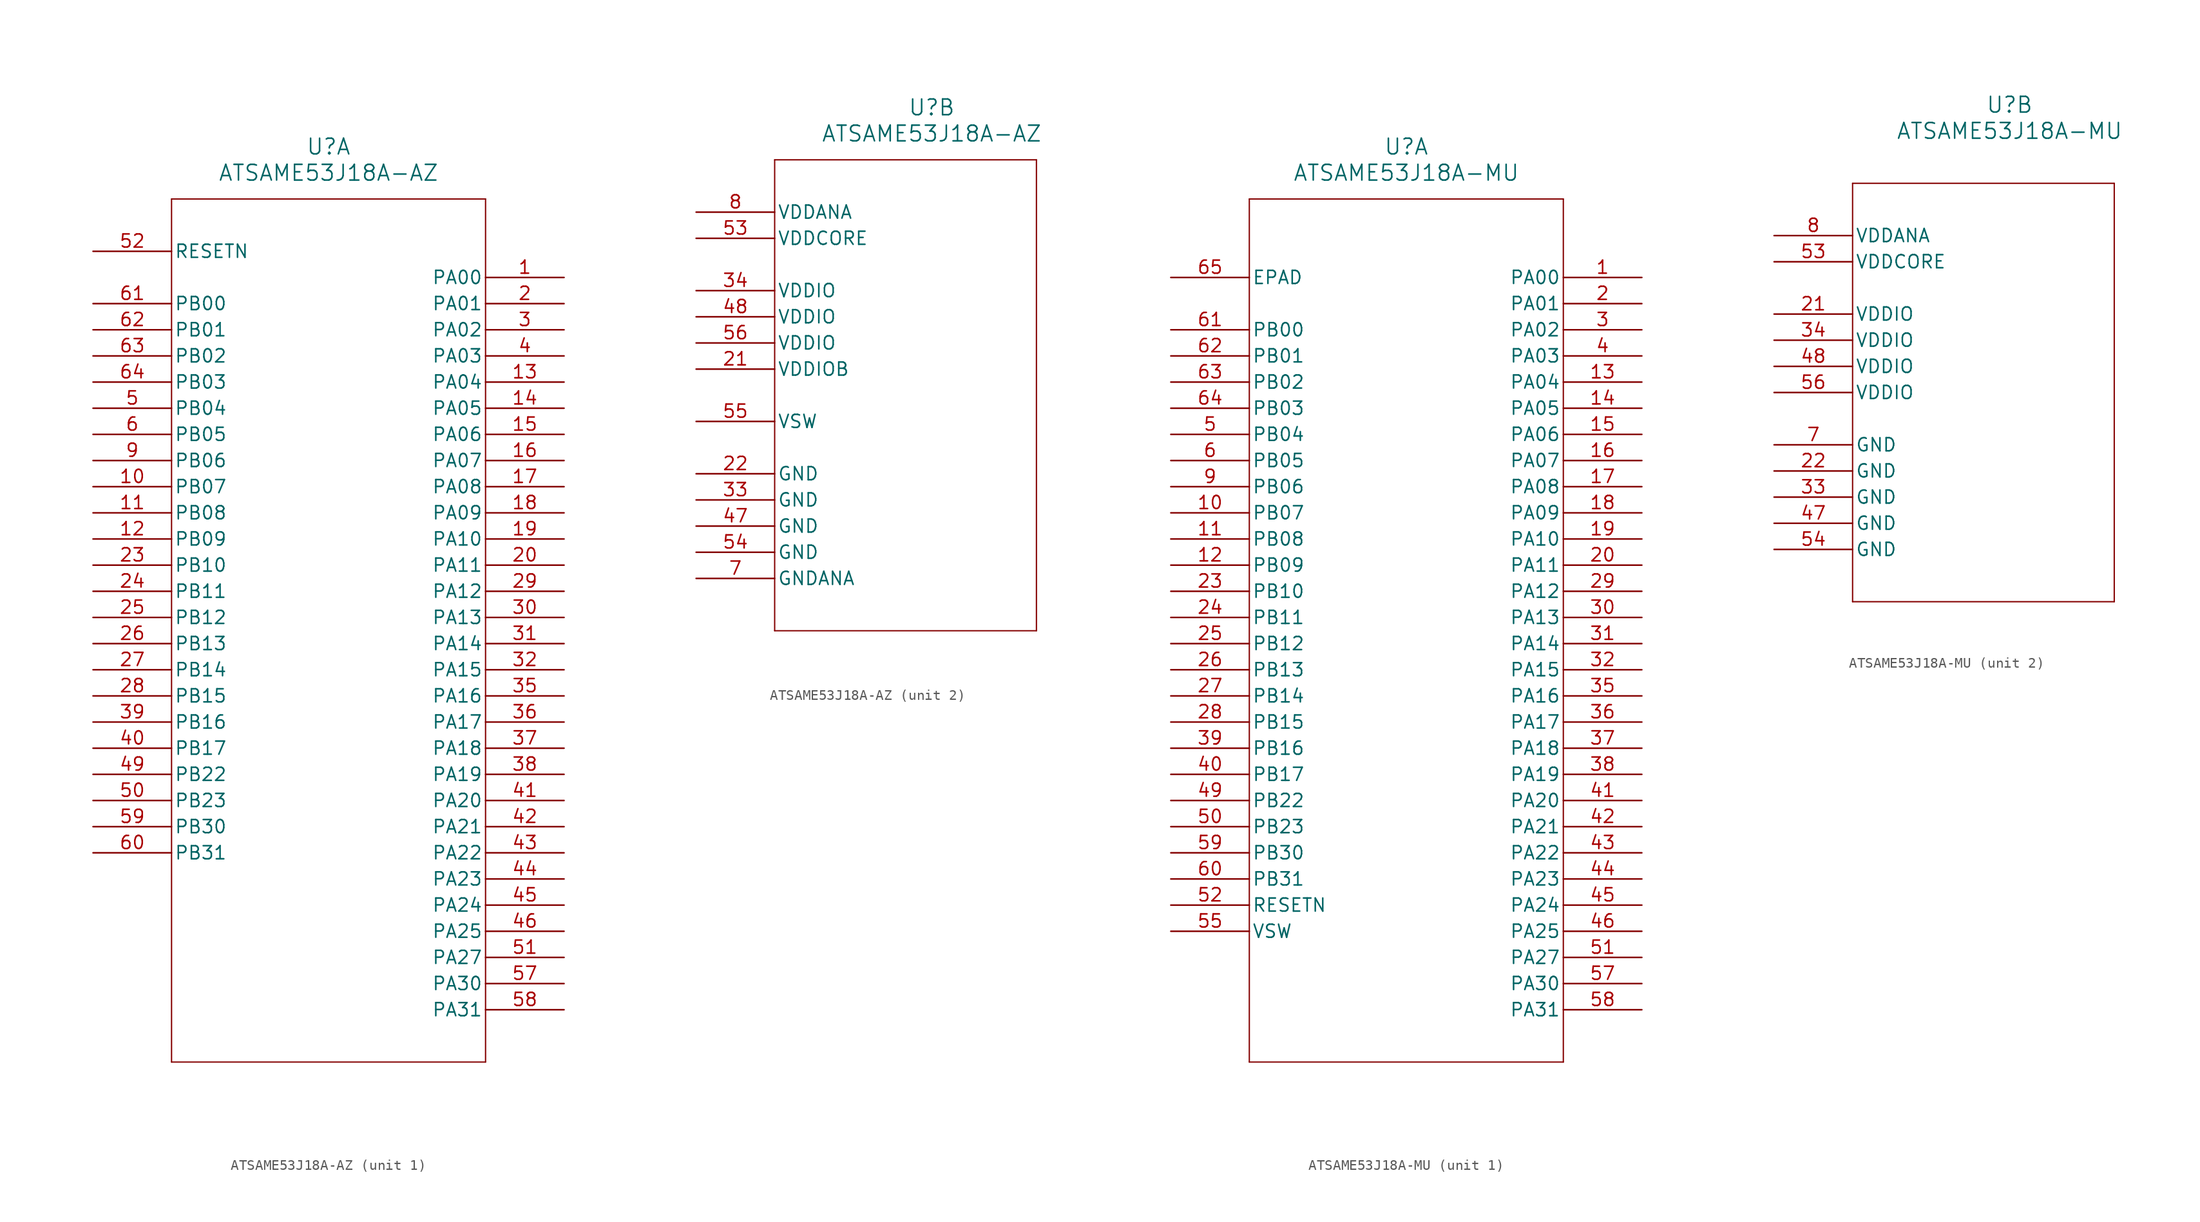
<source format=kicad_sym>
(kicad_symbol_lib
  (version 20231120)
  (generator "kicad_symbol_editor")
  (generator_version "8.0")
  (symbol "ATSAME53J18A-AZ"
    (pin_names
      (offset 0.254))
    (property "Reference" "U"
      (at 22.86 10.16 0)
      (effects (font (size 1.524 1.524))))
    (property "Value" "ATSAME53J18A-AZ"
      (at 22.86 7.62 0)
      (effects (font (size 1.524 1.524))))
    (property "Comment" ""
      (at 0 0 0)
      (effects (font (size 1.27 1.27))))
    (property "ki_locked" ""
      (at 0 0 0)
      (effects (font (size 1.27 1.27))))
    (symbol "ATSAME53J18A-AZ_1_1"
      (polyline (pts (xy 7.62 -78.74) (xy 38.1 -78.74)) (stroke (width 0.127) (type default)) (fill (type none)))
      (polyline (pts (xy 7.62 5.08) (xy 7.62 -78.74)) (stroke (width 0.127) (type default)) (fill (type none)))
      (polyline (pts (xy 38.1 -78.74) (xy 38.1 5.08)) (stroke (width 0.127) (type default)) (fill (type none)))
      (polyline (pts (xy 38.1 5.08) (xy 7.62 5.08)) (stroke (width 0.127) (type default)) (fill (type none)))
      (pin bidirectional line (at 45.72 -2.54 180) (length 7.62) (name "PA00" (effects (font (size 1.27 1.27)))) (number "1" (effects (font (size 1.27 1.27)))))
      (pin bidirectional line (at 0 -22.86 0) (length 7.62) (name "PB07" (effects (font (size 1.27 1.27)))) (number "10" (effects (font (size 1.27 1.27)))))
      (pin bidirectional line (at 0 -25.4 0) (length 7.62) (name "PB08" (effects (font (size 1.27 1.27)))) (number "11" (effects (font (size 1.27 1.27)))))
      (pin bidirectional line (at 0 -27.94 0) (length 7.62) (name "PB09" (effects (font (size 1.27 1.27)))) (number "12" (effects (font (size 1.27 1.27)))))
      (pin bidirectional line (at 45.72 -12.7 180) (length 7.62) (name "PA04" (effects (font (size 1.27 1.27)))) (number "13" (effects (font (size 1.27 1.27)))))
      (pin bidirectional line (at 45.72 -15.24 180) (length 7.62) (name "PA05" (effects (font (size 1.27 1.27)))) (number "14" (effects (font (size 1.27 1.27)))))
      (pin bidirectional line (at 45.72 -17.78 180) (length 7.62) (name "PA06" (effects (font (size 1.27 1.27)))) (number "15" (effects (font (size 1.27 1.27)))))
      (pin bidirectional line (at 45.72 -20.32 180) (length 7.62) (name "PA07" (effects (font (size 1.27 1.27)))) (number "16" (effects (font (size 1.27 1.27)))))
      (pin bidirectional line (at 45.72 -22.86 180) (length 7.62) (name "PA08" (effects (font (size 1.27 1.27)))) (number "17" (effects (font (size 1.27 1.27)))))
      (pin bidirectional line (at 45.72 -25.4 180) (length 7.62) (name "PA09" (effects (font (size 1.27 1.27)))) (number "18" (effects (font (size 1.27 1.27)))))
      (pin bidirectional line (at 45.72 -27.94 180) (length 7.62) (name "PA10" (effects (font (size 1.27 1.27)))) (number "19" (effects (font (size 1.27 1.27)))))
      (pin bidirectional line (at 45.72 -5.08 180) (length 7.62) (name "PA01" (effects (font (size 1.27 1.27)))) (number "2" (effects (font (size 1.27 1.27)))))
      (pin bidirectional line (at 45.72 -30.48 180) (length 7.62) (name "PA11" (effects (font (size 1.27 1.27)))) (number "20" (effects (font (size 1.27 1.27)))))
      (pin bidirectional line (at 0 -30.48 0) (length 7.62) (name "PB10" (effects (font (size 1.27 1.27)))) (number "23" (effects (font (size 1.27 1.27)))))
      (pin bidirectional line (at 0 -33.02 0) (length 7.62) (name "PB11" (effects (font (size 1.27 1.27)))) (number "24" (effects (font (size 1.27 1.27)))))
      (pin bidirectional line (at 0 -35.56 0) (length 7.62) (name "PB12" (effects (font (size 1.27 1.27)))) (number "25" (effects (font (size 1.27 1.27)))))
      (pin bidirectional line (at 0 -38.1 0) (length 7.62) (name "PB13" (effects (font (size 1.27 1.27)))) (number "26" (effects (font (size 1.27 1.27)))))
      (pin bidirectional line (at 0 -40.64 0) (length 7.62) (name "PB14" (effects (font (size 1.27 1.27)))) (number "27" (effects (font (size 1.27 1.27)))))
      (pin bidirectional line (at 0 -43.18 0) (length 7.62) (name "PB15" (effects (font (size 1.27 1.27)))) (number "28" (effects (font (size 1.27 1.27)))))
      (pin bidirectional line (at 45.72 -33.02 180) (length 7.62) (name "PA12" (effects (font (size 1.27 1.27)))) (number "29" (effects (font (size 1.27 1.27)))))
      (pin bidirectional line (at 45.72 -7.62 180) (length 7.62) (name "PA02" (effects (font (size 1.27 1.27)))) (number "3" (effects (font (size 1.27 1.27)))))
      (pin bidirectional line (at 45.72 -35.56 180) (length 7.62) (name "PA13" (effects (font (size 1.27 1.27)))) (number "30" (effects (font (size 1.27 1.27)))))
      (pin bidirectional line (at 45.72 -38.1 180) (length 7.62) (name "PA14" (effects (font (size 1.27 1.27)))) (number "31" (effects (font (size 1.27 1.27)))))
      (pin bidirectional line (at 45.72 -40.64 180) (length 7.62) (name "PA15" (effects (font (size 1.27 1.27)))) (number "32" (effects (font (size 1.27 1.27)))))
      (pin bidirectional line (at 45.72 -43.18 180) (length 7.62) (name "PA16" (effects (font (size 1.27 1.27)))) (number "35" (effects (font (size 1.27 1.27)))))
      (pin bidirectional line (at 45.72 -45.72 180) (length 7.62) (name "PA17" (effects (font (size 1.27 1.27)))) (number "36" (effects (font (size 1.27 1.27)))))
      (pin bidirectional line (at 45.72 -48.26 180) (length 7.62) (name "PA18" (effects (font (size 1.27 1.27)))) (number "37" (effects (font (size 1.27 1.27)))))
      (pin bidirectional line (at 45.72 -50.8 180) (length 7.62) (name "PA19" (effects (font (size 1.27 1.27)))) (number "38" (effects (font (size 1.27 1.27)))))
      (pin bidirectional line (at 0 -45.72 0) (length 7.62) (name "PB16" (effects (font (size 1.27 1.27)))) (number "39" (effects (font (size 1.27 1.27)))))
      (pin bidirectional line (at 45.72 -10.16 180) (length 7.62) (name "PA03" (effects (font (size 1.27 1.27)))) (number "4" (effects (font (size 1.27 1.27)))))
      (pin bidirectional line (at 0 -48.26 0) (length 7.62) (name "PB17" (effects (font (size 1.27 1.27)))) (number "40" (effects (font (size 1.27 1.27)))))
      (pin bidirectional line (at 45.72 -53.34 180) (length 7.62) (name "PA20" (effects (font (size 1.27 1.27)))) (number "41" (effects (font (size 1.27 1.27)))))
      (pin bidirectional line (at 45.72 -55.88 180) (length 7.62) (name "PA21" (effects (font (size 1.27 1.27)))) (number "42" (effects (font (size 1.27 1.27)))))
      (pin bidirectional line (at 45.72 -58.42 180) (length 7.62) (name "PA22" (effects (font (size 1.27 1.27)))) (number "43" (effects (font (size 1.27 1.27)))))
      (pin bidirectional line (at 45.72 -60.96 180) (length 7.62) (name "PA23" (effects (font (size 1.27 1.27)))) (number "44" (effects (font (size 1.27 1.27)))))
      (pin bidirectional line (at 45.72 -63.5 180) (length 7.62) (name "PA24" (effects (font (size 1.27 1.27)))) (number "45" (effects (font (size 1.27 1.27)))))
      (pin bidirectional line (at 45.72 -66.04 180) (length 7.62) (name "PA25" (effects (font (size 1.27 1.27)))) (number "46" (effects (font (size 1.27 1.27)))))
      (pin bidirectional line (at 0 -50.8 0) (length 7.62) (name "PB22" (effects (font (size 1.27 1.27)))) (number "49" (effects (font (size 1.27 1.27)))))
      (pin bidirectional line (at 0 -15.24 0) (length 7.62) (name "PB04" (effects (font (size 1.27 1.27)))) (number "5" (effects (font (size 1.27 1.27)))))
      (pin bidirectional line (at 0 -53.34 0) (length 7.62) (name "PB23" (effects (font (size 1.27 1.27)))) (number "50" (effects (font (size 1.27 1.27)))))
      (pin bidirectional line (at 45.72 -68.58 180) (length 7.62) (name "PA27" (effects (font (size 1.27 1.27)))) (number "51" (effects (font (size 1.27 1.27)))))
      (pin input line (at 0 0 0) (length 7.62) (name "RESETN" (effects (font (size 1.27 1.27)))) (number "52" (effects (font (size 1.27 1.27)))))
      (pin bidirectional line (at 45.72 -71.12 180) (length 7.62) (name "PA30" (effects (font (size 1.27 1.27)))) (number "57" (effects (font (size 1.27 1.27)))))
      (pin bidirectional line (at 45.72 -73.66 180) (length 7.62) (name "PA31" (effects (font (size 1.27 1.27)))) (number "58" (effects (font (size 1.27 1.27)))))
      (pin bidirectional line (at 0 -55.88 0) (length 7.62) (name "PB30" (effects (font (size 1.27 1.27)))) (number "59" (effects (font (size 1.27 1.27)))))
      (pin bidirectional line (at 0 -17.78 0) (length 7.62) (name "PB05" (effects (font (size 1.27 1.27)))) (number "6" (effects (font (size 1.27 1.27)))))
      (pin bidirectional line (at 0 -58.42 0) (length 7.62) (name "PB31" (effects (font (size 1.27 1.27)))) (number "60" (effects (font (size 1.27 1.27)))))
      (pin bidirectional line (at 0 -5.08 0) (length 7.62) (name "PB00" (effects (font (size 1.27 1.27)))) (number "61" (effects (font (size 1.27 1.27)))))
      (pin bidirectional line (at 0 -7.62 0) (length 7.62) (name "PB01" (effects (font (size 1.27 1.27)))) (number "62" (effects (font (size 1.27 1.27)))))
      (pin bidirectional line (at 0 -10.16 0) (length 7.62) (name "PB02" (effects (font (size 1.27 1.27)))) (number "63" (effects (font (size 1.27 1.27)))))
      (pin bidirectional line (at 0 -12.7 0) (length 7.62) (name "PB03" (effects (font (size 1.27 1.27)))) (number "64" (effects (font (size 1.27 1.27)))))
      (pin bidirectional line (at 0 -20.32 0) (length 7.62) (name "PB06" (effects (font (size 1.27 1.27)))) (number "9" (effects (font (size 1.27 1.27))))))
    (symbol "ATSAME53J18A-AZ_2_1"
      (polyline (pts (xy 7.62 -40.64) (xy 33.02 -40.64)) (stroke (width 0.127) (type default)) (fill (type none)))
      (polyline (pts (xy 7.62 5.08) (xy 7.62 -40.64)) (stroke (width 0.127) (type default)) (fill (type none)))
      (polyline (pts (xy 33.02 -40.64) (xy 33.02 5.08)) (stroke (width 0.127) (type default)) (fill (type none)))
      (polyline (pts (xy 33.02 5.08) (xy 7.62 5.08)) (stroke (width 0.127) (type default)) (fill (type none)))
      (pin power_in line (at 0 -15.24 0) (length 7.62) (name "VDDIOB" (effects (font (size 1.27 1.27)))) (number "21" (effects (font (size 1.27 1.27)))))
      (pin power_out line (at 0 -25.4 0) (length 7.62) (name "GND" (effects (font (size 1.27 1.27)))) (number "22" (effects (font (size 1.27 1.27)))))
      (pin power_out line (at 0 -27.94 0) (length 7.62) (name "GND" (effects (font (size 1.27 1.27)))) (number "33" (effects (font (size 1.27 1.27)))))
      (pin power_in line (at 0 -7.62 0) (length 7.62) (name "VDDIO" (effects (font (size 1.27 1.27)))) (number "34" (effects (font (size 1.27 1.27)))))
      (pin power_out line (at 0 -30.48 0) (length 7.62) (name "GND" (effects (font (size 1.27 1.27)))) (number "47" (effects (font (size 1.27 1.27)))))
      (pin power_in line (at 0 -10.16 0) (length 7.62) (name "VDDIO" (effects (font (size 1.27 1.27)))) (number "48" (effects (font (size 1.27 1.27)))))
      (pin power_in line (at 0 -2.54 0) (length 7.62) (name "VDDCORE" (effects (font (size 1.27 1.27)))) (number "53" (effects (font (size 1.27 1.27)))))
      (pin power_out line (at 0 -33.02 0) (length 7.62) (name "GND" (effects (font (size 1.27 1.27)))) (number "54" (effects (font (size 1.27 1.27)))))
      (pin power_in line (at 0 -20.32 0) (length 7.62) (name "VSW" (effects (font (size 1.27 1.27)))) (number "55" (effects (font (size 1.27 1.27)))))
      (pin power_in line (at 0 -12.7 0) (length 7.62) (name "VDDIO" (effects (font (size 1.27 1.27)))) (number "56" (effects (font (size 1.27 1.27)))))
      (pin power_out line (at 0 -35.56 0) (length 7.62) (name "GNDANA" (effects (font (size 1.27 1.27)))) (number "7" (effects (font (size 1.27 1.27)))))
      (pin power_in line (at 0 0 0) (length 7.62) (name "VDDANA" (effects (font (size 1.27 1.27)))) (number "8" (effects (font (size 1.27 1.27)))))))
  (symbol "ATSAME53J18A-MU"
    (pin_names
      (offset 0.254))
    (property "Reference" "U"
      (at 22.86 12.7 0)
      (effects (font (size 1.524 1.524))))
    (property "Value" "ATSAME53J18A-MU"
      (at 22.86 10.16 0)
      (effects (font (size 1.524 1.524))))
    (property "ki_locked" ""
      (at 0 0 0)
      (effects (font (size 1.27 1.27))))
    (symbol "ATSAME53J18A-MU_1_1"
      (polyline (pts (xy 7.62 -76.2) (xy 38.1 -76.2)) (stroke (width 0.127) (type default)) (fill (type none)))
      (polyline (pts (xy 7.62 7.62) (xy 7.62 -76.2)) (stroke (width 0.127) (type default)) (fill (type none)))
      (polyline (pts (xy 38.1 -76.2) (xy 38.1 7.62)) (stroke (width 0.127) (type default)) (fill (type none)))
      (polyline (pts (xy 38.1 7.62) (xy 7.62 7.62)) (stroke (width 0.127) (type default)) (fill (type none)))
      (pin bidirectional line (at 45.72 0 180) (length 7.62) (name "PA00" (effects (font (size 1.27 1.27)))) (number "1" (effects (font (size 1.27 1.27)))))
      (pin bidirectional line (at 0 -22.86 0) (length 7.62) (name "PB07" (effects (font (size 1.27 1.27)))) (number "10" (effects (font (size 1.27 1.27)))))
      (pin bidirectional line (at 0 -25.4 0) (length 7.62) (name "PB08" (effects (font (size 1.27 1.27)))) (number "11" (effects (font (size 1.27 1.27)))))
      (pin bidirectional line (at 0 -27.94 0) (length 7.62) (name "PB09" (effects (font (size 1.27 1.27)))) (number "12" (effects (font (size 1.27 1.27)))))
      (pin bidirectional line (at 45.72 -10.16 180) (length 7.62) (name "PA04" (effects (font (size 1.27 1.27)))) (number "13" (effects (font (size 1.27 1.27)))))
      (pin bidirectional line (at 45.72 -12.7 180) (length 7.62) (name "PA05" (effects (font (size 1.27 1.27)))) (number "14" (effects (font (size 1.27 1.27)))))
      (pin bidirectional line (at 45.72 -15.24 180) (length 7.62) (name "PA06" (effects (font (size 1.27 1.27)))) (number "15" (effects (font (size 1.27 1.27)))))
      (pin bidirectional line (at 45.72 -17.78 180) (length 7.62) (name "PA07" (effects (font (size 1.27 1.27)))) (number "16" (effects (font (size 1.27 1.27)))))
      (pin bidirectional line (at 45.72 -20.32 180) (length 7.62) (name "PA08" (effects (font (size 1.27 1.27)))) (number "17" (effects (font (size 1.27 1.27)))))
      (pin bidirectional line (at 45.72 -22.86 180) (length 7.62) (name "PA09" (effects (font (size 1.27 1.27)))) (number "18" (effects (font (size 1.27 1.27)))))
      (pin bidirectional line (at 45.72 -25.4 180) (length 7.62) (name "PA10" (effects (font (size 1.27 1.27)))) (number "19" (effects (font (size 1.27 1.27)))))
      (pin bidirectional line (at 45.72 -2.54 180) (length 7.62) (name "PA01" (effects (font (size 1.27 1.27)))) (number "2" (effects (font (size 1.27 1.27)))))
      (pin bidirectional line (at 45.72 -27.94 180) (length 7.62) (name "PA11" (effects (font (size 1.27 1.27)))) (number "20" (effects (font (size 1.27 1.27)))))
      (pin bidirectional line (at 0 -30.48 0) (length 7.62) (name "PB10" (effects (font (size 1.27 1.27)))) (number "23" (effects (font (size 1.27 1.27)))))
      (pin bidirectional line (at 0 -33.02 0) (length 7.62) (name "PB11" (effects (font (size 1.27 1.27)))) (number "24" (effects (font (size 1.27 1.27)))))
      (pin bidirectional line (at 0 -35.56 0) (length 7.62) (name "PB12" (effects (font (size 1.27 1.27)))) (number "25" (effects (font (size 1.27 1.27)))))
      (pin bidirectional line (at 0 -38.1 0) (length 7.62) (name "PB13" (effects (font (size 1.27 1.27)))) (number "26" (effects (font (size 1.27 1.27)))))
      (pin bidirectional line (at 0 -40.64 0) (length 7.62) (name "PB14" (effects (font (size 1.27 1.27)))) (number "27" (effects (font (size 1.27 1.27)))))
      (pin bidirectional line (at 0 -43.18 0) (length 7.62) (name "PB15" (effects (font (size 1.27 1.27)))) (number "28" (effects (font (size 1.27 1.27)))))
      (pin bidirectional line (at 45.72 -30.48 180) (length 7.62) (name "PA12" (effects (font (size 1.27 1.27)))) (number "29" (effects (font (size 1.27 1.27)))))
      (pin bidirectional line (at 45.72 -5.08 180) (length 7.62) (name "PA02" (effects (font (size 1.27 1.27)))) (number "3" (effects (font (size 1.27 1.27)))))
      (pin bidirectional line (at 45.72 -33.02 180) (length 7.62) (name "PA13" (effects (font (size 1.27 1.27)))) (number "30" (effects (font (size 1.27 1.27)))))
      (pin bidirectional line (at 45.72 -35.56 180) (length 7.62) (name "PA14" (effects (font (size 1.27 1.27)))) (number "31" (effects (font (size 1.27 1.27)))))
      (pin bidirectional line (at 45.72 -38.1 180) (length 7.62) (name "PA15" (effects (font (size 1.27 1.27)))) (number "32" (effects (font (size 1.27 1.27)))))
      (pin bidirectional line (at 45.72 -40.64 180) (length 7.62) (name "PA16" (effects (font (size 1.27 1.27)))) (number "35" (effects (font (size 1.27 1.27)))))
      (pin bidirectional line (at 45.72 -43.18 180) (length 7.62) (name "PA17" (effects (font (size 1.27 1.27)))) (number "36" (effects (font (size 1.27 1.27)))))
      (pin bidirectional line (at 45.72 -45.72 180) (length 7.62) (name "PA18" (effects (font (size 1.27 1.27)))) (number "37" (effects (font (size 1.27 1.27)))))
      (pin bidirectional line (at 45.72 -48.26 180) (length 7.62) (name "PA19" (effects (font (size 1.27 1.27)))) (number "38" (effects (font (size 1.27 1.27)))))
      (pin bidirectional line (at 0 -45.72 0) (length 7.62) (name "PB16" (effects (font (size 1.27 1.27)))) (number "39" (effects (font (size 1.27 1.27)))))
      (pin bidirectional line (at 45.72 -7.62 180) (length 7.62) (name "PA03" (effects (font (size 1.27 1.27)))) (number "4" (effects (font (size 1.27 1.27)))))
      (pin bidirectional line (at 0 -48.26 0) (length 7.62) (name "PB17" (effects (font (size 1.27 1.27)))) (number "40" (effects (font (size 1.27 1.27)))))
      (pin bidirectional line (at 45.72 -50.8 180) (length 7.62) (name "PA20" (effects (font (size 1.27 1.27)))) (number "41" (effects (font (size 1.27 1.27)))))
      (pin bidirectional line (at 45.72 -53.34 180) (length 7.62) (name "PA21" (effects (font (size 1.27 1.27)))) (number "42" (effects (font (size 1.27 1.27)))))
      (pin bidirectional line (at 45.72 -55.88 180) (length 7.62) (name "PA22" (effects (font (size 1.27 1.27)))) (number "43" (effects (font (size 1.27 1.27)))))
      (pin bidirectional line (at 45.72 -58.42 180) (length 7.62) (name "PA23" (effects (font (size 1.27 1.27)))) (number "44" (effects (font (size 1.27 1.27)))))
      (pin bidirectional line (at 45.72 -60.96 180) (length 7.62) (name "PA24" (effects (font (size 1.27 1.27)))) (number "45" (effects (font (size 1.27 1.27)))))
      (pin bidirectional line (at 45.72 -63.5 180) (length 7.62) (name "PA25" (effects (font (size 1.27 1.27)))) (number "46" (effects (font (size 1.27 1.27)))))
      (pin bidirectional line (at 0 -50.8 0) (length 7.62) (name "PB22" (effects (font (size 1.27 1.27)))) (number "49" (effects (font (size 1.27 1.27)))))
      (pin bidirectional line (at 0 -15.24 0) (length 7.62) (name "PB04" (effects (font (size 1.27 1.27)))) (number "5" (effects (font (size 1.27 1.27)))))
      (pin bidirectional line (at 0 -53.34 0) (length 7.62) (name "PB23" (effects (font (size 1.27 1.27)))) (number "50" (effects (font (size 1.27 1.27)))))
      (pin bidirectional line (at 45.72 -66.04 180) (length 7.62) (name "PA27" (effects (font (size 1.27 1.27)))) (number "51" (effects (font (size 1.27 1.27)))))
      (pin unspecified line (at 0 -60.96 0) (length 7.62) (name "RESETN" (effects (font (size 1.27 1.27)))) (number "52" (effects (font (size 1.27 1.27)))))
      (pin unspecified line (at 0 -63.5 0) (length 7.62) (name "VSW" (effects (font (size 1.27 1.27)))) (number "55" (effects (font (size 1.27 1.27)))))
      (pin bidirectional line (at 45.72 -68.58 180) (length 7.62) (name "PA30" (effects (font (size 1.27 1.27)))) (number "57" (effects (font (size 1.27 1.27)))))
      (pin bidirectional line (at 45.72 -71.12 180) (length 7.62) (name "PA31" (effects (font (size 1.27 1.27)))) (number "58" (effects (font (size 1.27 1.27)))))
      (pin bidirectional line (at 0 -55.88 0) (length 7.62) (name "PB30" (effects (font (size 1.27 1.27)))) (number "59" (effects (font (size 1.27 1.27)))))
      (pin bidirectional line (at 0 -17.78 0) (length 7.62) (name "PB05" (effects (font (size 1.27 1.27)))) (number "6" (effects (font (size 1.27 1.27)))))
      (pin bidirectional line (at 0 -58.42 0) (length 7.62) (name "PB31" (effects (font (size 1.27 1.27)))) (number "60" (effects (font (size 1.27 1.27)))))
      (pin bidirectional line (at 0 -5.08 0) (length 7.62) (name "PB00" (effects (font (size 1.27 1.27)))) (number "61" (effects (font (size 1.27 1.27)))))
      (pin bidirectional line (at 0 -7.62 0) (length 7.62) (name "PB01" (effects (font (size 1.27 1.27)))) (number "62" (effects (font (size 1.27 1.27)))))
      (pin bidirectional line (at 0 -10.16 0) (length 7.62) (name "PB02" (effects (font (size 1.27 1.27)))) (number "63" (effects (font (size 1.27 1.27)))))
      (pin bidirectional line (at 0 -12.7 0) (length 7.62) (name "PB03" (effects (font (size 1.27 1.27)))) (number "64" (effects (font (size 1.27 1.27)))))
      (pin unspecified line (at 0 0 0) (length 7.62) (name "EPAD" (effects (font (size 1.27 1.27)))) (number "65" (effects (font (size 1.27 1.27)))))
      (pin bidirectional line (at 0 -20.32 0) (length 7.62) (name "PB06" (effects (font (size 1.27 1.27)))) (number "9" (effects (font (size 1.27 1.27))))))
    (symbol "ATSAME53J18A-MU_2_1"
      (polyline (pts (xy 7.62 -35.56) (xy 33.02 -35.56)) (stroke (width 0.127) (type default)) (fill (type none)))
      (polyline (pts (xy 7.62 5.08) (xy 7.62 -35.56)) (stroke (width 0.127) (type default)) (fill (type none)))
      (polyline (pts (xy 33.02 -35.56) (xy 33.02 5.08)) (stroke (width 0.127) (type default)) (fill (type none)))
      (polyline (pts (xy 33.02 5.08) (xy 7.62 5.08)) (stroke (width 0.127) (type default)) (fill (type none)))
      (pin power_in line (at 0 -7.62 0) (length 7.62) (name "VDDIO" (effects (font (size 1.27 1.27)))) (number "21" (effects (font (size 1.27 1.27)))))
      (pin power_out line (at 0 -22.86 0) (length 7.62) (name "GND" (effects (font (size 1.27 1.27)))) (number "22" (effects (font (size 1.27 1.27)))))
      (pin power_out line (at 0 -25.4 0) (length 7.62) (name "GND" (effects (font (size 1.27 1.27)))) (number "33" (effects (font (size 1.27 1.27)))))
      (pin power_in line (at 0 -10.16 0) (length 7.62) (name "VDDIO" (effects (font (size 1.27 1.27)))) (number "34" (effects (font (size 1.27 1.27)))))
      (pin power_out line (at 0 -27.94 0) (length 7.62) (name "GND" (effects (font (size 1.27 1.27)))) (number "47" (effects (font (size 1.27 1.27)))))
      (pin power_in line (at 0 -12.7 0) (length 7.62) (name "VDDIO" (effects (font (size 1.27 1.27)))) (number "48" (effects (font (size 1.27 1.27)))))
      (pin power_in line (at 0 -2.54 0) (length 7.62) (name "VDDCORE" (effects (font (size 1.27 1.27)))) (number "53" (effects (font (size 1.27 1.27)))))
      (pin power_out line (at 0 -30.48 0) (length 7.62) (name "GND" (effects (font (size 1.27 1.27)))) (number "54" (effects (font (size 1.27 1.27)))))
      (pin power_in line (at 0 -15.24 0) (length 7.62) (name "VDDIO" (effects (font (size 1.27 1.27)))) (number "56" (effects (font (size 1.27 1.27)))))
      (pin power_out line (at 0 -20.32 0) (length 7.62) (name "GND" (effects (font (size 1.27 1.27)))) (number "7" (effects (font (size 1.27 1.27)))))
      (pin power_in line (at 0 0 0) (length 7.62) (name "VDDANA" (effects (font (size 1.27 1.27)))) (number "8" (effects (font (size 1.27 1.27))))))))
</source>
